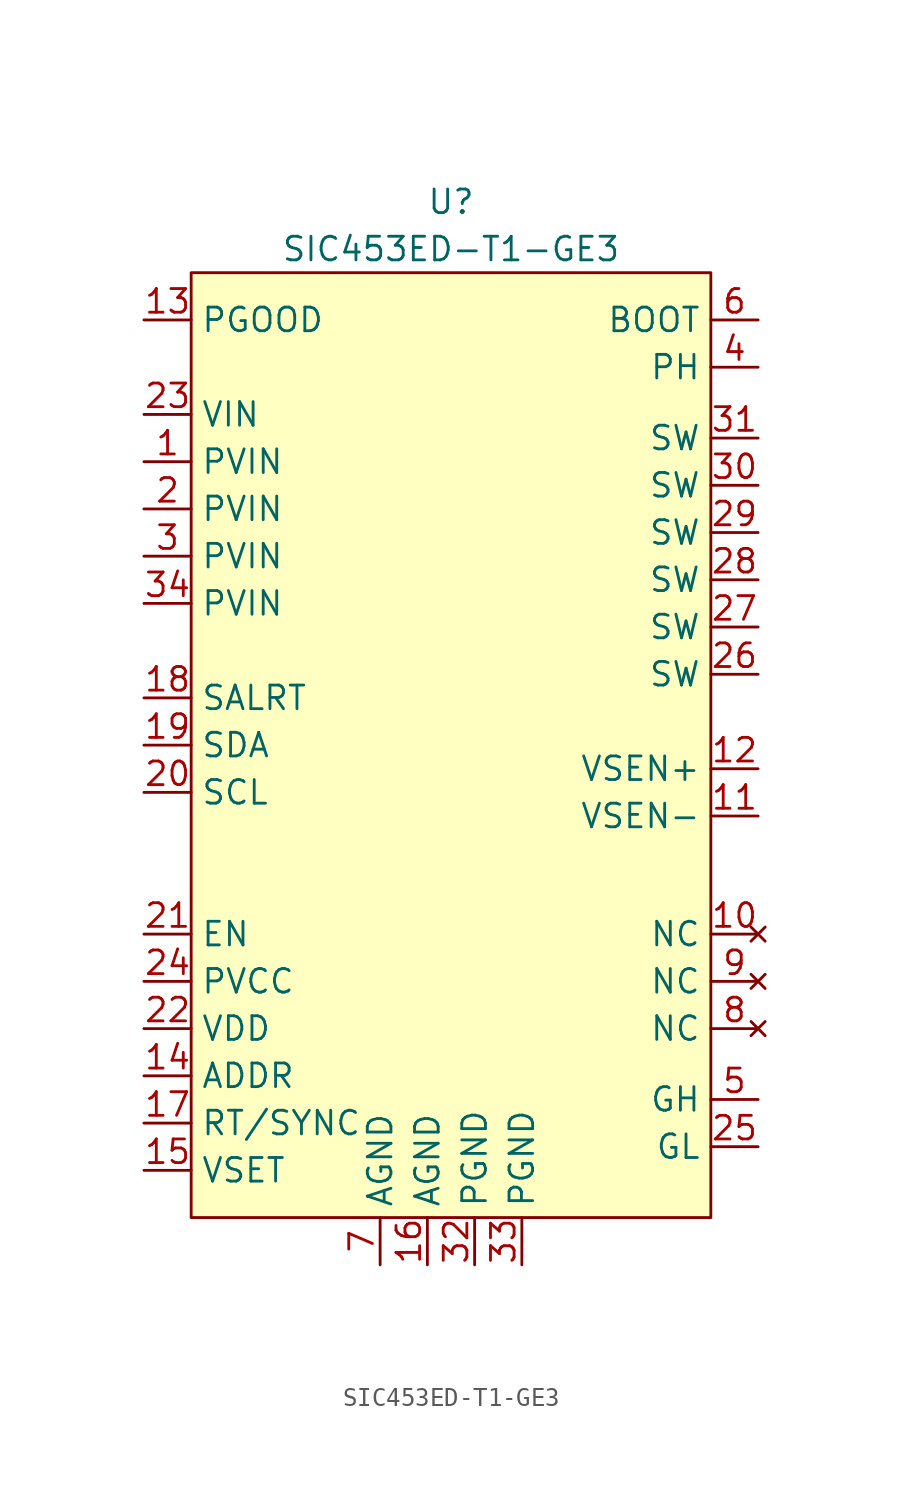
<source format=kicad_sym>
(kicad_symbol_lib
  (version 20211014)
  (generator kicad_symbol_editor)
  (symbol "SIC453ED-T1-GE3"
    (property "Reference" "U"
      (at 0 29.21 0)
      (effects (font (size 1.27 1.27))))
    (property "Value" "SIC453ED-T1-GE3"
      (at 0 26.67 0)
      (effects (font (size 1.27 1.27))))
    (symbol "SIC453ED-T1-GE3_0_0"
      (pin power_in line (at -16.51 7.62 0) (length 2.54) (name "PVIN" (effects (font (size 1.27 1.27)))) (number "34" (effects (font (size 1.27 1.27))))))
    (symbol "SIC453ED-T1-GE3_0_1"
      (rectangle (start -13.97 25.4) (end 13.97 -25.4) (stroke (width 0.152) (type default) (color 0 0 0 0)) (fill (type background))))
    (symbol "SIC453ED-T1-GE3_1_1"
      (pin power_in line (at -16.51 15.24 0) (length 2.54) (name "PVIN" (effects (font (size 1.27 1.27)))) (number "1" (effects (font (size 1.27 1.27)))))
      (pin no_connect line (at 16.51 -10.16 180) (length 2.54) (name "NC" (effects (font (size 1.27 1.27)))) (number "10" (effects (font (size 1.27 1.27)))))
      (pin input line (at 16.51 -3.81 180) (length 2.54) (name "VSEN-" (effects (font (size 1.27 1.27)))) (number "11" (effects (font (size 1.27 1.27)))))
      (pin input line (at 16.51 -1.27 180) (length 2.54) (name "VSEN+" (effects (font (size 1.27 1.27)))) (number "12" (effects (font (size 1.27 1.27)))))
      (pin open_collector line (at -16.51 22.86 0) (length 2.54) (name "PGOOD" (effects (font (size 1.27 1.27)))) (number "13" (effects (font (size 1.27 1.27)))))
      (pin input line (at -16.51 -17.78 0) (length 2.54) (name "ADDR" (effects (font (size 1.27 1.27)))) (number "14" (effects (font (size 1.27 1.27)))))
      (pin input line (at -16.51 -22.86 0) (length 2.54) (name "VSET" (effects (font (size 1.27 1.27)))) (number "15" (effects (font (size 1.27 1.27)))))
      (pin power_in line (at -1.27 -27.94 90) (length 2.54) (name "AGND" (effects (font (size 1.27 1.27)))) (number "16" (effects (font (size 1.27 1.27)))))
      (pin input line (at -16.51 -20.32 0) (length 2.54) (name "RT/SYNC" (effects (font (size 1.27 1.27)))) (number "17" (effects (font (size 1.27 1.27)))))
      (pin output line (at -16.51 2.54 0) (length 2.54) (name "SALRT" (effects (font (size 1.27 1.27)))) (number "18" (effects (font (size 1.27 1.27)))))
      (pin bidirectional line (at -16.51 0 0) (length 2.54) (name "SDA" (effects (font (size 1.27 1.27)))) (number "19" (effects (font (size 1.27 1.27)))))
      (pin power_in line (at -16.51 12.7 0) (length 2.54) (name "PVIN" (effects (font (size 1.27 1.27)))) (number "2" (effects (font (size 1.27 1.27)))))
      (pin bidirectional line (at -16.51 -2.54 0) (length 2.54) (name "SCL" (effects (font (size 1.27 1.27)))) (number "20" (effects (font (size 1.27 1.27)))))
      (pin input line (at -16.51 -10.16 0) (length 2.54) (name "EN" (effects (font (size 1.27 1.27)))) (number "21" (effects (font (size 1.27 1.27)))))
      (pin power_out line (at -16.51 -15.24 0) (length 2.54) (name "VDD" (effects (font (size 1.27 1.27)))) (number "22" (effects (font (size 1.27 1.27)))))
      (pin power_in line (at -16.51 17.78 0) (length 2.54) (name "VIN" (effects (font (size 1.27 1.27)))) (number "23" (effects (font (size 1.27 1.27)))))
      (pin power_out line (at -16.51 -12.7 0) (length 2.54) (name "PVCC" (effects (font (size 1.27 1.27)))) (number "24" (effects (font (size 1.27 1.27)))))
      (pin input line (at 16.51 -21.59 180) (length 2.54) (name "GL" (effects (font (size 1.27 1.27)))) (number "25" (effects (font (size 1.27 1.27)))))
      (pin passive line (at 16.51 3.81 180) (length 2.54) (name "SW" (effects (font (size 1.27 1.27)))) (number "26" (effects (font (size 1.27 1.27)))))
      (pin passive line (at 16.51 6.35 180) (length 2.54) (name "SW" (effects (font (size 1.27 1.27)))) (number "27" (effects (font (size 1.27 1.27)))))
      (pin passive line (at 16.51 8.89 180) (length 2.54) (name "SW" (effects (font (size 1.27 1.27)))) (number "28" (effects (font (size 1.27 1.27)))))
      (pin passive line (at 16.51 11.43 180) (length 2.54) (name "SW" (effects (font (size 1.27 1.27)))) (number "29" (effects (font (size 1.27 1.27)))))
      (pin power_in line (at -16.51 10.16 0) (length 2.54) (name "PVIN" (effects (font (size 1.27 1.27)))) (number "3" (effects (font (size 1.27 1.27)))))
      (pin passive line (at 16.51 13.97 180) (length 2.54) (name "SW" (effects (font (size 1.27 1.27)))) (number "30" (effects (font (size 1.27 1.27)))))
      (pin power_out line (at 16.51 16.51 180) (length 2.54) (name "SW" (effects (font (size 1.27 1.27)))) (number "31" (effects (font (size 1.27 1.27)))))
      (pin power_in line (at 1.27 -27.94 90) (length 2.54) (name "PGND" (effects (font (size 1.27 1.27)))) (number "32" (effects (font (size 1.27 1.27)))))
      (pin power_in line (at 3.81 -27.94 90) (length 2.54) (name "PGND" (effects (font (size 1.27 1.27)))) (number "33" (effects (font (size 1.27 1.27)))))
      (pin input line (at 16.51 20.32 180) (length 2.54) (name "PH" (effects (font (size 1.27 1.27)))) (number "4" (effects (font (size 1.27 1.27)))))
      (pin input line (at 16.51 -19.05 180) (length 2.54) (name "GH" (effects (font (size 1.27 1.27)))) (number "5" (effects (font (size 1.27 1.27)))))
      (pin input line (at 16.51 22.86 180) (length 2.54) (name "BOOT" (effects (font (size 1.27 1.27)))) (number "6" (effects (font (size 1.27 1.27)))))
      (pin power_in line (at -3.81 -27.94 90) (length 2.54) (name "AGND" (effects (font (size 1.27 1.27)))) (number "7" (effects (font (size 1.27 1.27)))))
      (pin no_connect line (at 16.51 -15.24 180) (length 2.54) (name "NC" (effects (font (size 1.27 1.27)))) (number "8" (effects (font (size 1.27 1.27)))))
      (pin no_connect line (at 16.51 -12.7 180) (length 2.54) (name "NC" (effects (font (size 1.27 1.27)))) (number "9" (effects (font (size 1.27 1.27))))))))
</source>
